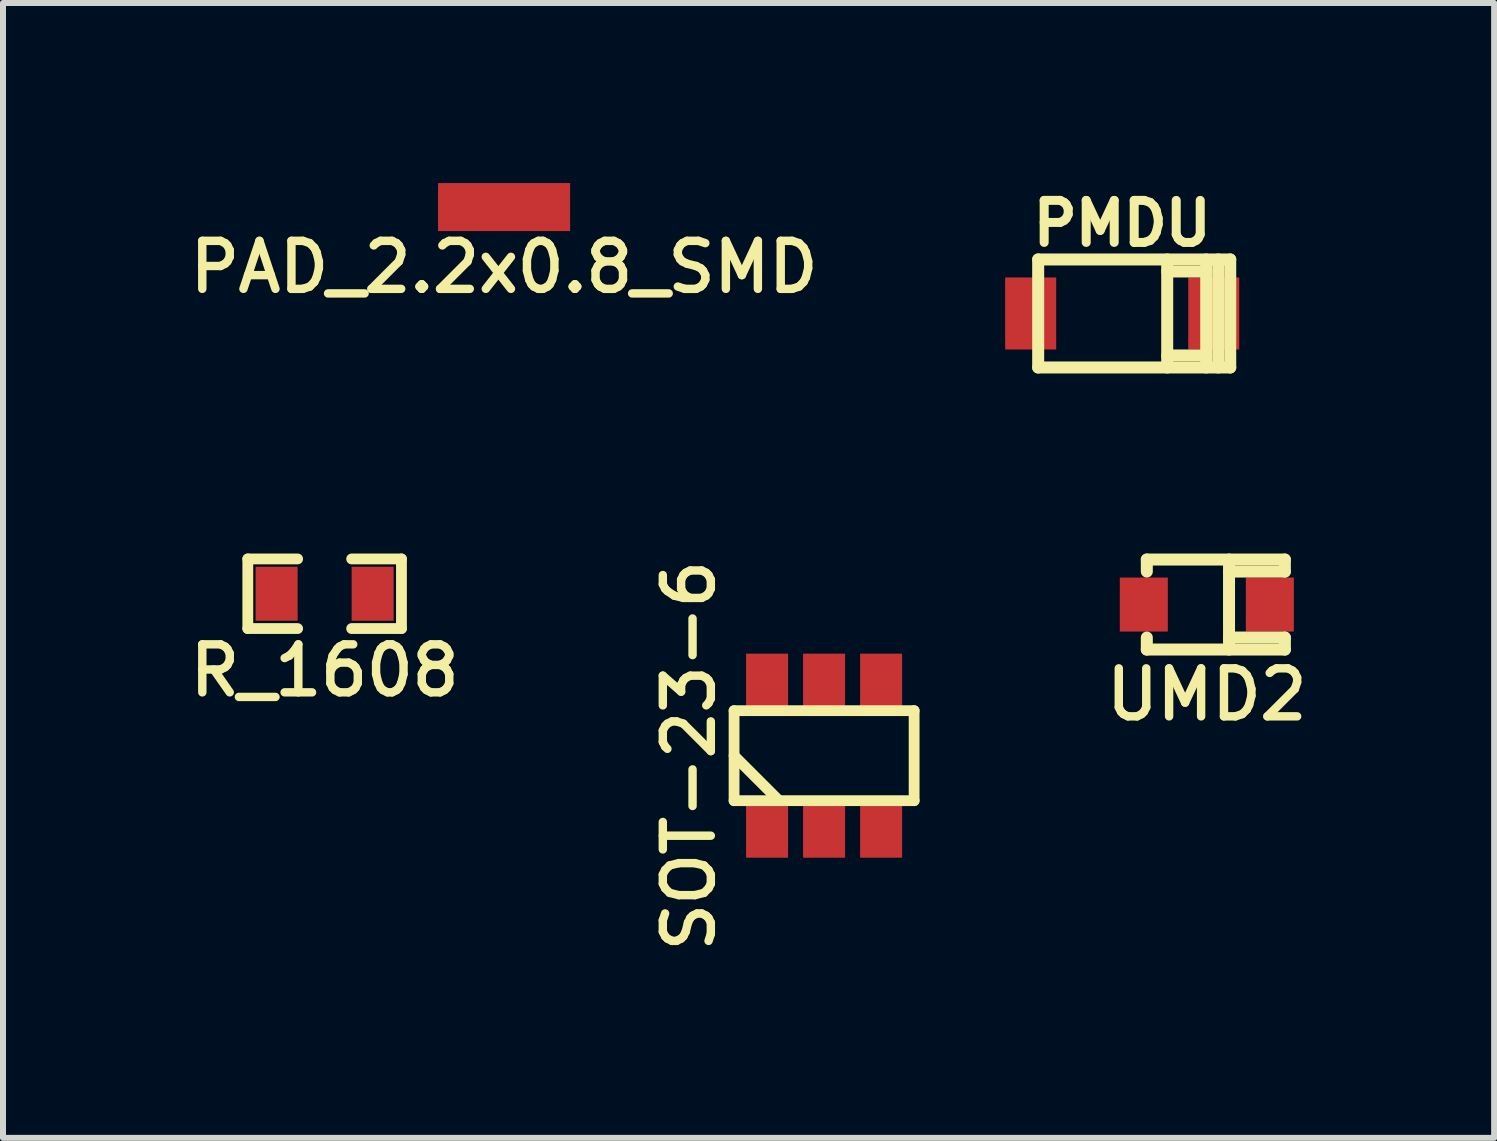
<source format=kicad_pcb>
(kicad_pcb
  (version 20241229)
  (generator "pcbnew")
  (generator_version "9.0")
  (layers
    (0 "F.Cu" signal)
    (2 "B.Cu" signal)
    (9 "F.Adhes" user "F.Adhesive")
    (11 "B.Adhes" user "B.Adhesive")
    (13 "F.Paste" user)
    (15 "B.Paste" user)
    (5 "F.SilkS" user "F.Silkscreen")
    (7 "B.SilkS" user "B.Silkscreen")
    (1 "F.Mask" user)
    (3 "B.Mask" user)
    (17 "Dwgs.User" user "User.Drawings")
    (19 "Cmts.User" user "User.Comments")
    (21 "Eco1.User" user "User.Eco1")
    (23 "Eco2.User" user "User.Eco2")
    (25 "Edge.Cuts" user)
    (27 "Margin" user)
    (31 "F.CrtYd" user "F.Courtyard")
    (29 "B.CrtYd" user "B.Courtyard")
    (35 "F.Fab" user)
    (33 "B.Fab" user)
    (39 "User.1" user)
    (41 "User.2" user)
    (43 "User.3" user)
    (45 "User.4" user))
  (footprint "R_1608"
    (layer "F.Cu")
    (at 2.359 6.843)
    (property "Reference" "R_1608" (at 0 1.28 0) (layer "F.SilkS") (effects (font (size 0.8 0.8) (thickness 0.14))))
    (attr smd)
    (fp_line (start -1.28 -0.58) (end -1.28 0.58) (stroke (width 0.18) (type solid)) (layer "F.SilkS"))
    (fp_line (start -1.28 0.58) (end -0.45 0.58) (stroke (width 0.18) (type solid)) (layer "F.SilkS"))
    (fp_line (start -0.45 -0.58) (end -1.28 -0.58) (stroke (width 0.18) (type solid)) (layer "F.SilkS"))
    (fp_line (start 0.45 -0.58) (end 1.28 -0.58) (stroke (width 0.18) (type solid)) (layer "F.SilkS"))
    (fp_line (start 1.28 -0.58) (end 1.28 0.58) (stroke (width 0.18) (type solid)) (layer "F.SilkS"))
    (fp_line (start 1.28 0.58) (end 0.45 0.58) (stroke (width 0.18) (type solid)) (layer "F.SilkS"))
    (pad "1" smd rect (at -0.8 0) (size 0.7 0.9) (layers "F.Cu" "F.Mask" "F.Paste"))
    (pad "2" smd rect (at 0.8 0) (size 0.7 0.9) (layers "F.Cu" "F.Mask" "F.Paste")))
  (footprint "UMD2"
    (layer "F.Cu")
    (at 17.058 7.023)
    (property "Reference" "UMD2" (at 0 1.5 0) (layer "F.SilkS") (effects (font (size 0.8 0.8) (thickness 0.14))))
    (attr smd)
    (fp_line (start -1 -0.75) (end 1.3 -0.75) (stroke (width 0.2) (type solid)) (layer "F.SilkS"))
    (fp_line (start -1 -0.55) (end -1 -0.75) (stroke (width 0.2) (type solid)) (layer "F.SilkS"))
    (fp_line (start -1 0.55) (end -1 0.75) (stroke (width 0.2) (type solid)) (layer "F.SilkS"))
    (fp_line (start -1 0.75) (end 1.3 0.75) (stroke (width 0.2) (type solid)) (layer "F.SilkS"))
    (fp_line (start 0.37 -0.75) (end 0.37 0.75) (stroke (width 0.2) (type solid)) (layer "F.SilkS"))
    (fp_line (start 0.37 -0.55) (end 1.3 -0.55) (stroke (width 0.2) (type solid)) (layer "F.SilkS"))
    (fp_line (start 0.37 0.55) (end 1.3 0.55) (stroke (width 0.2) (type solid)) (layer "F.SilkS"))
    (fp_line (start 1.3 -0.75) (end 1.3 -0.55) (stroke (width 0.2) (type solid)) (layer "F.SilkS"))
    (fp_line (start 1.3 0.75) (end 1.3 0.55) (stroke (width 0.2) (type solid)) (layer "F.SilkS"))
    (pad "1" smd rect (at 1.05 0) (size 0.8 0.9) (layers "F.Cu" "F.Mask" "F.Paste"))
    (pad "2" smd rect (at -1.05 0) (size 0.8 0.9) (layers "F.Cu" "F.Mask" "F.Paste")))
  (footprint "SOT-23-6"
    (layer "F.Cu")
    (at 10.681 9.541)
    (property "Reference" "SOT-23-6" (at -2.25 0 90) (layer "F.SilkS") (effects (font (size 0.8 0.8) (thickness 0.14))))
    (attr through_hole)
    (fp_line (start -1.5 -0.75) (end -1.5 0.75) (stroke (width 0.18) (type solid)) (layer "F.SilkS"))
    (fp_line (start -1.5 -0.75) (end 1.5 -0.75) (stroke (width 0.18) (type solid)) (layer "F.SilkS"))
    (fp_line (start -1.5 0) (end -0.75 0.75) (stroke (width 0.18) (type solid)) (layer "F.SilkS"))
    (fp_line (start 1.5 -0.75) (end 1.5 0.75) (stroke (width 0.18) (type solid)) (layer "F.SilkS"))
    (fp_line (start 1.5 0.75) (end -1.5 0.75) (stroke (width 0.18) (type solid)) (layer "F.SilkS"))
    (pad "1" smd rect (at -0.95 1.2) (size 0.7 1) (layers "F.Cu" "F.Mask" "F.Paste"))
    (pad "2" smd rect (at 0 1.2) (size 0.7 1) (layers "F.Cu" "F.Mask" "F.Paste"))
    (pad "3" smd rect (at 0.95 1.2) (size 0.7 1) (layers "F.Cu" "F.Mask" "F.Paste"))
    (pad "4" smd rect (at 0.95 -1.2) (size 0.7 1) (layers "F.Cu" "F.Mask" "F.Paste"))
    (pad "5" smd rect (at 0 -1.2) (size 0.7 1) (layers "F.Cu" "F.Mask" "F.Paste"))
    (pad "6" smd rect (at -0.95 -1.2) (size 0.7 1) (layers "F.Cu" "F.Mask" "F.Paste")))
  (footprint "PMDU"
    (layer "F.Cu")
    (at 15.648 2.173)
    (property "Reference" "PMDU" (at 0 -1.5 0) (layer "F.SilkS") (effects (font (size 0.7 0.7) (thickness 0.15))))
    (attr smd)
    (fp_line (start -1.4 -0.9) (end -1.4 0.9) (stroke (width 0.2) (type solid)) (layer "F.SilkS"))
    (fp_line (start -1.4 -0.9) (end 1.8 -0.9) (stroke (width 0.2) (type solid)) (layer "F.SilkS"))
    (fp_line (start -1.4 0.9) (end 1.8 0.9) (stroke (width 0.2) (type solid)) (layer "F.SilkS"))
    (fp_line (start 0.75 -0.9) (end 0.75 0.9) (stroke (width 0.2) (type solid)) (layer "F.SilkS"))
    (fp_line (start 0.75 -0.7) (end 1.4 -0.7) (stroke (width 0.2) (type solid)) (layer "F.SilkS"))
    (fp_line (start 0.75 0.7) (end 1.4 0.7) (stroke (width 0.2) (type solid)) (layer "F.SilkS"))
    (fp_line (start 1.4 -0.9) (end 1.4 0.9) (stroke (width 0.2) (type solid)) (layer "F.SilkS"))
    (fp_line (start 1.6 -0.9) (end 1.6 0.9) (stroke (width 0.2) (type solid)) (layer "F.SilkS"))
    (fp_line (start 1.8 -0.9) (end 1.8 0.9) (stroke (width 0.2) (type solid)) (layer "F.SilkS"))
    (pad "1" smd rect (at 1.525 0) (size 0.85 1.2) (layers "F.Cu" "F.Mask" "F.Paste"))
    (pad "2" smd rect (at -1.525 0) (size 0.85 1.2) (layers "F.Cu" "F.Mask" "F.Paste")))
  (footprint "PAD_2.2x0.8_SMD"
    (layer "F.Cu")
    (at 5.349 0.4)
    (property "Reference" "PAD_2.2x0.8_SMD" (at 0 1 0) (layer "F.SilkS") (effects (font (size 0.8 0.8) (thickness 0.14))))
    (attr through_hole)
    (pad "1" smd rect (at 0 0) (size 2.2 0.8) (layers "F.Cu" "F.Mask")))
  (gr_rect
    (start -3 -3)
    (end 21.845 15.909)
    (stroke (width 0.1) (type default))
    (fill no)
    (layer "Edge.Cuts")))
</source>
